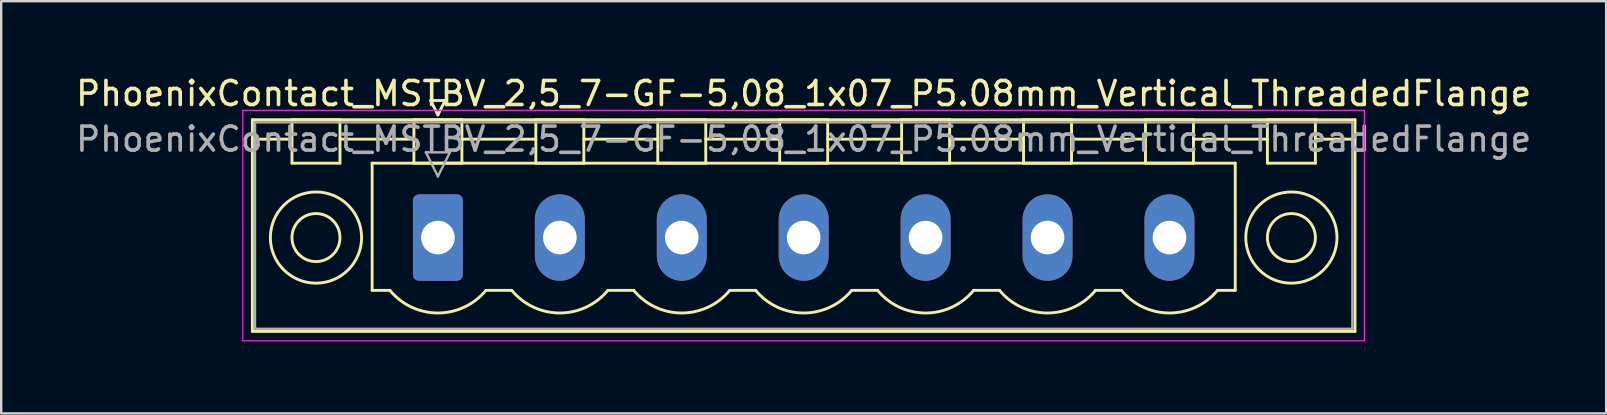
<source format=kicad_pcb>
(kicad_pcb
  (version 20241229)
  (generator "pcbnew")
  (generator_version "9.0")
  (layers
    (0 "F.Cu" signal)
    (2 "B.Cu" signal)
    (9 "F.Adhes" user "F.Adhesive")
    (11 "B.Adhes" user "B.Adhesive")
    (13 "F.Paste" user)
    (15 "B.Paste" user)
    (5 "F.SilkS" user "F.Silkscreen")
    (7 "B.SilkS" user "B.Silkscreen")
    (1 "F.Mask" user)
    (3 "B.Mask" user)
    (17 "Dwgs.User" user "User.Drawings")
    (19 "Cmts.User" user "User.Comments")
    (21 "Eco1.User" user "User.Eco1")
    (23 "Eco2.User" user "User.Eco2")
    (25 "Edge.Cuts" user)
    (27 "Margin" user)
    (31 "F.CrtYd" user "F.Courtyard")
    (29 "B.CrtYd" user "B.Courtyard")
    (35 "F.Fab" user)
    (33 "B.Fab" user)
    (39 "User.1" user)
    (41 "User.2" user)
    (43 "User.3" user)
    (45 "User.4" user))
  (footprint "PhoenixContact_MSTBV_2,5_7-GF-5,08_1x07_P5.08mm_Vertical_ThreadedFlange"
    (layer "F.Cu")
    (at 15.195 6.848)
    (property "Reference" "PhoenixContact_MSTBV_2,5_7-GF-5,08_1x07_P5.08mm_Vertical_ThreadedFlange" (at 15.24 -6 0) (layer "F.SilkS") (effects (font (size 1 1) (thickness 0.15))))
    (attr through_hole)
    (fp_line (start -7.73 -4.91) (end -7.73 3.91) (stroke (width 0.12) (type solid)) (layer "F.SilkS"))
    (fp_line (start -7.73 -4.1) (end -6.19 -4.1) (stroke (width 0.12) (type solid)) (layer "F.SilkS"))
    (fp_line (start -7.73 3.91) (end 38.21 3.91) (stroke (width 0.12) (type solid)) (layer "F.SilkS"))
    (fp_line (start -6.08 -4.91) (end -4.08 -4.91) (stroke (width 0.12) (type solid)) (layer "F.SilkS"))
    (fp_line (start -6.08 -3.1) (end -6.08 -4.91) (stroke (width 0.12) (type solid)) (layer "F.SilkS"))
    (fp_line (start -4.08 -4.91) (end -4.08 -3.1) (stroke (width 0.12) (type solid)) (layer "F.SilkS"))
    (fp_line (start -4.08 -4.1) (end -1 -4.1) (stroke (width 0.12) (type solid)) (layer "F.SilkS"))
    (fp_line (start -4.08 -3.1) (end -6.08 -3.1) (stroke (width 0.12) (type solid)) (layer "F.SilkS"))
    (fp_line (start -2.74 -3.1) (end 33.22 -3.1) (stroke (width 0.12) (type solid)) (layer "F.SilkS"))
    (fp_line (start -2.74 2.2) (end -2.74 -3.1) (stroke (width 0.12) (type solid)) (layer "F.SilkS"))
    (fp_line (start -2 2.2) (end -2.74 2.2) (stroke (width 0.12) (type solid)) (layer "F.SilkS"))
    (fp_line (start -1 -4.91) (end 1 -4.91) (stroke (width 0.12) (type solid)) (layer "F.SilkS"))
    (fp_line (start -1 -3.1) (end -1 -4.91) (stroke (width 0.12) (type solid)) (layer "F.SilkS"))
    (fp_line (start -0.3 -5.71) (end 0.3 -5.71) (stroke (width 0.12) (type solid)) (layer "F.SilkS"))
    (fp_line (start 0 -5.11) (end -0.3 -5.71) (stroke (width 0.12) (type solid)) (layer "F.SilkS"))
    (fp_line (start 0.3 -5.71) (end 0 -5.11) (stroke (width 0.12) (type solid)) (layer "F.SilkS"))
    (fp_line (start 1 -4.91) (end 1 -3.1) (stroke (width 0.12) (type solid)) (layer "F.SilkS"))
    (fp_line (start 1 -4.1) (end 4.08 -4.1) (stroke (width 0.12) (type solid)) (layer "F.SilkS"))
    (fp_line (start 1 -3.1) (end -1 -3.1) (stroke (width 0.12) (type solid)) (layer "F.SilkS"))
    (fp_line (start 2 2.2) (end 3.08 2.2) (stroke (width 0.12) (type solid)) (layer "F.SilkS"))
    (fp_line (start 4.08 -4.91) (end 6.08 -4.91) (stroke (width 0.12) (type solid)) (layer "F.SilkS"))
    (fp_line (start 4.08 -3.1) (end 4.08 -4.91) (stroke (width 0.12) (type solid)) (layer "F.SilkS"))
    (fp_line (start 6.08 -4.91) (end 6.08 -3.1) (stroke (width 0.12) (type solid)) (layer "F.SilkS"))
    (fp_line (start 6.08 -4.1) (end 9.16 -4.1) (stroke (width 0.12) (type solid)) (layer "F.SilkS"))
    (fp_line (start 6.08 -3.1) (end 4.08 -3.1) (stroke (width 0.12) (type solid)) (layer "F.SilkS"))
    (fp_line (start 7.08 2.2) (end 8.16 2.2) (stroke (width 0.12) (type solid)) (layer "F.SilkS"))
    (fp_line (start 9.16 -4.91) (end 11.16 -4.91) (stroke (width 0.12) (type solid)) (layer "F.SilkS"))
    (fp_line (start 9.16 -3.1) (end 9.16 -4.91) (stroke (width 0.12) (type solid)) (layer "F.SilkS"))
    (fp_line (start 11.16 -4.91) (end 11.16 -3.1) (stroke (width 0.12) (type solid)) (layer "F.SilkS"))
    (fp_line (start 11.16 -4.1) (end 14.24 -4.1) (stroke (width 0.12) (type solid)) (layer "F.SilkS"))
    (fp_line (start 11.16 -3.1) (end 9.16 -3.1) (stroke (width 0.12) (type solid)) (layer "F.SilkS"))
    (fp_line (start 12.16 2.2) (end 13.24 2.2) (stroke (width 0.12) (type solid)) (layer "F.SilkS"))
    (fp_line (start 14.24 -4.91) (end 16.24 -4.91) (stroke (width 0.12) (type solid)) (layer "F.SilkS"))
    (fp_line (start 14.24 -3.1) (end 14.24 -4.91) (stroke (width 0.12) (type solid)) (layer "F.SilkS"))
    (fp_line (start 16.24 -4.91) (end 16.24 -3.1) (stroke (width 0.12) (type solid)) (layer "F.SilkS"))
    (fp_line (start 16.24 -4.1) (end 19.32 -4.1) (stroke (width 0.12) (type solid)) (layer "F.SilkS"))
    (fp_line (start 16.24 -3.1) (end 14.24 -3.1) (stroke (width 0.12) (type solid)) (layer "F.SilkS"))
    (fp_line (start 17.24 2.2) (end 18.32 2.2) (stroke (width 0.12) (type solid)) (layer "F.SilkS"))
    (fp_line (start 19.32 -4.91) (end 21.32 -4.91) (stroke (width 0.12) (type solid)) (layer "F.SilkS"))
    (fp_line (start 19.32 -3.1) (end 19.32 -4.91) (stroke (width 0.12) (type solid)) (layer "F.SilkS"))
    (fp_line (start 21.32 -4.91) (end 21.32 -3.1) (stroke (width 0.12) (type solid)) (layer "F.SilkS"))
    (fp_line (start 21.32 -4.1) (end 24.4 -4.1) (stroke (width 0.12) (type solid)) (layer "F.SilkS"))
    (fp_line (start 21.32 -3.1) (end 19.32 -3.1) (stroke (width 0.12) (type solid)) (layer "F.SilkS"))
    (fp_line (start 22.32 2.2) (end 23.4 2.2) (stroke (width 0.12) (type solid)) (layer "F.SilkS"))
    (fp_line (start 24.4 -4.91) (end 26.4 -4.91) (stroke (width 0.12) (type solid)) (layer "F.SilkS"))
    (fp_line (start 24.4 -3.1) (end 24.4 -4.91) (stroke (width 0.12) (type solid)) (layer "F.SilkS"))
    (fp_line (start 26.4 -4.91) (end 26.4 -3.1) (stroke (width 0.12) (type solid)) (layer "F.SilkS"))
    (fp_line (start 26.4 -4.1) (end 29.48 -4.1) (stroke (width 0.12) (type solid)) (layer "F.SilkS"))
    (fp_line (start 26.4 -3.1) (end 24.4 -3.1) (stroke (width 0.12) (type solid)) (layer "F.SilkS"))
    (fp_line (start 27.4 2.2) (end 28.48 2.2) (stroke (width 0.12) (type solid)) (layer "F.SilkS"))
    (fp_line (start 29.48 -4.91) (end 31.48 -4.91) (stroke (width 0.12) (type solid)) (layer "F.SilkS"))
    (fp_line (start 29.48 -3.1) (end 29.48 -4.91) (stroke (width 0.12) (type solid)) (layer "F.SilkS"))
    (fp_line (start 31.48 -4.91) (end 31.48 -3.1) (stroke (width 0.12) (type solid)) (layer "F.SilkS"))
    (fp_line (start 31.48 -4.1) (end 34.56 -4.1) (stroke (width 0.12) (type solid)) (layer "F.SilkS"))
    (fp_line (start 31.48 -3.1) (end 29.48 -3.1) (stroke (width 0.12) (type solid)) (layer "F.SilkS"))
    (fp_line (start 33.22 -3.1) (end 33.22 2.2) (stroke (width 0.12) (type solid)) (layer "F.SilkS"))
    (fp_line (start 33.22 2.2) (end 32.48 2.2) (stroke (width 0.12) (type solid)) (layer "F.SilkS"))
    (fp_line (start 34.56 -4.91) (end 36.56 -4.91) (stroke (width 0.12) (type solid)) (layer "F.SilkS"))
    (fp_line (start 34.56 -3.1) (end 34.56 -4.91) (stroke (width 0.12) (type solid)) (layer "F.SilkS"))
    (fp_line (start 36.56 -4.91) (end 36.56 -3.1) (stroke (width 0.12) (type solid)) (layer "F.SilkS"))
    (fp_line (start 36.56 -3.1) (end 34.56 -3.1) (stroke (width 0.12) (type solid)) (layer "F.SilkS"))
    (fp_line (start 38.21 -4.91) (end -7.73 -4.91) (stroke (width 0.12) (type solid)) (layer "F.SilkS"))
    (fp_line (start 38.21 -4.1) (end 36.67 -4.1) (stroke (width 0.12) (type solid)) (layer "F.SilkS"))
    (fp_line (start 38.21 3.91) (end 38.21 -4.91) (stroke (width 0.12) (type solid)) (layer "F.SilkS"))
    (fp_arc (start 1.986842 2.215821) (mid -0.010289 3.142758) (end -2 2.2) (stroke (width 0.12) (type solid)) (layer "F.SilkS"))
    (fp_arc (start 7.066842 2.215821) (mid 5.069711 3.142758) (end 3.08 2.2) (stroke (width 0.12) (type solid)) (layer "F.SilkS"))
    (fp_arc (start 12.146842 2.215821) (mid 10.149711 3.142758) (end 8.16 2.2) (stroke (width 0.12) (type solid)) (layer "F.SilkS"))
    (fp_arc (start 17.226842 2.215821) (mid 15.229711 3.142758) (end 13.24 2.2) (stroke (width 0.12) (type solid)) (layer "F.SilkS"))
    (fp_arc (start 22.306842 2.215821) (mid 20.309711 3.142758) (end 18.32 2.2) (stroke (width 0.12) (type solid)) (layer "F.SilkS"))
    (fp_arc (start 27.386842 2.215821) (mid 25.389711 3.142758) (end 23.4 2.2) (stroke (width 0.12) (type solid)) (layer "F.SilkS"))
    (fp_arc (start 32.466842 2.215821) (mid 30.469711 3.142758) (end 28.48 2.2) (stroke (width 0.12) (type solid)) (layer "F.SilkS"))
    (fp_circle (center -5.08 0) (end -4.08 0) (stroke (width 0.12) (type solid)) (fill no) (layer "F.SilkS"))
    (fp_circle (center -5.08 0) (end -3.18 0) (stroke (width 0.12) (type solid)) (fill no) (layer "F.SilkS"))
    (fp_circle (center 35.56 0) (end 36.56 0) (stroke (width 0.12) (type solid)) (fill no) (layer "F.SilkS"))
    (fp_circle (center 35.56 0) (end 37.46 0) (stroke (width 0.12) (type solid)) (fill no) (layer "F.SilkS"))
    (fp_line (start -8.13 -5.3) (end -8.13 4.3) (stroke (width 0.05) (type solid)) (layer "F.CrtYd"))
    (fp_line (start -8.13 4.3) (end 38.6 4.3) (stroke (width 0.05) (type solid)) (layer "F.CrtYd"))
    (fp_line (start 38.6 -5.3) (end -8.13 -5.3) (stroke (width 0.05) (type solid)) (layer "F.CrtYd"))
    (fp_line (start 38.6 4.3) (end 38.6 -5.3) (stroke (width 0.05) (type solid)) (layer "F.CrtYd"))
    (fp_line (start -7.62 -4.8) (end -7.62 3.8) (stroke (width 0.1) (type solid)) (layer "F.Fab"))
    (fp_line (start -7.62 3.8) (end 38.1 3.8) (stroke (width 0.1) (type solid)) (layer "F.Fab"))
    (fp_line (start -0.5 -3.55) (end 0.5 -3.55) (stroke (width 0.1) (type solid)) (layer "F.Fab"))
    (fp_line (start 0 -2.55) (end -0.5 -3.55) (stroke (width 0.1) (type solid)) (layer "F.Fab"))
    (fp_line (start 0.5 -3.55) (end 0 -2.55) (stroke (width 0.1) (type solid)) (layer "F.Fab"))
    (fp_line (start 38.1 -4.8) (end -7.62 -4.8) (stroke (width 0.1) (type solid)) (layer "F.Fab"))
    (fp_line (start 38.1 3.8) (end 38.1 -4.8) (stroke (width 0.1) (type solid)) (layer "F.Fab"))
    (fp_text user "${REFERENCE}" (at 15.24 -4.1 0) (layer "F.Fab") (effects (font (size 1 1) (thickness 0.15))))
    (pad "1" thru_hole roundrect (at 0 0) (size 2.08 3.6) (drill 1.4) (layers "*.Cu" "*.Mask") (roundrect_rratio 0.12))
    (pad "2" thru_hole oval (at 5.08 0) (size 2.08 3.6) (drill 1.4) (layers "*.Cu" "*.Mask"))
    (pad "3" thru_hole oval (at 10.16 0) (size 2.08 3.6) (drill 1.4) (layers "*.Cu" "*.Mask"))
    (pad "4" thru_hole oval (at 15.24 0) (size 2.08 3.6) (drill 1.4) (layers "*.Cu" "*.Mask"))
    (pad "5" thru_hole oval (at 20.32 0) (size 2.08 3.6) (drill 1.4) (layers "*.Cu" "*.Mask"))
    (pad "6" thru_hole oval (at 25.4 0) (size 2.08 3.6) (drill 1.4) (layers "*.Cu" "*.Mask"))
    (pad "7" thru_hole oval (at 30.48 0) (size 2.08 3.6) (drill 1.4) (layers "*.Cu" "*.Mask")))
  (gr_rect
    (start -3 -3)
    (end 63.869 14.173)
    (stroke (width 0.1) (type default))
    (fill no)
    (layer "Edge.Cuts")))
</source>
